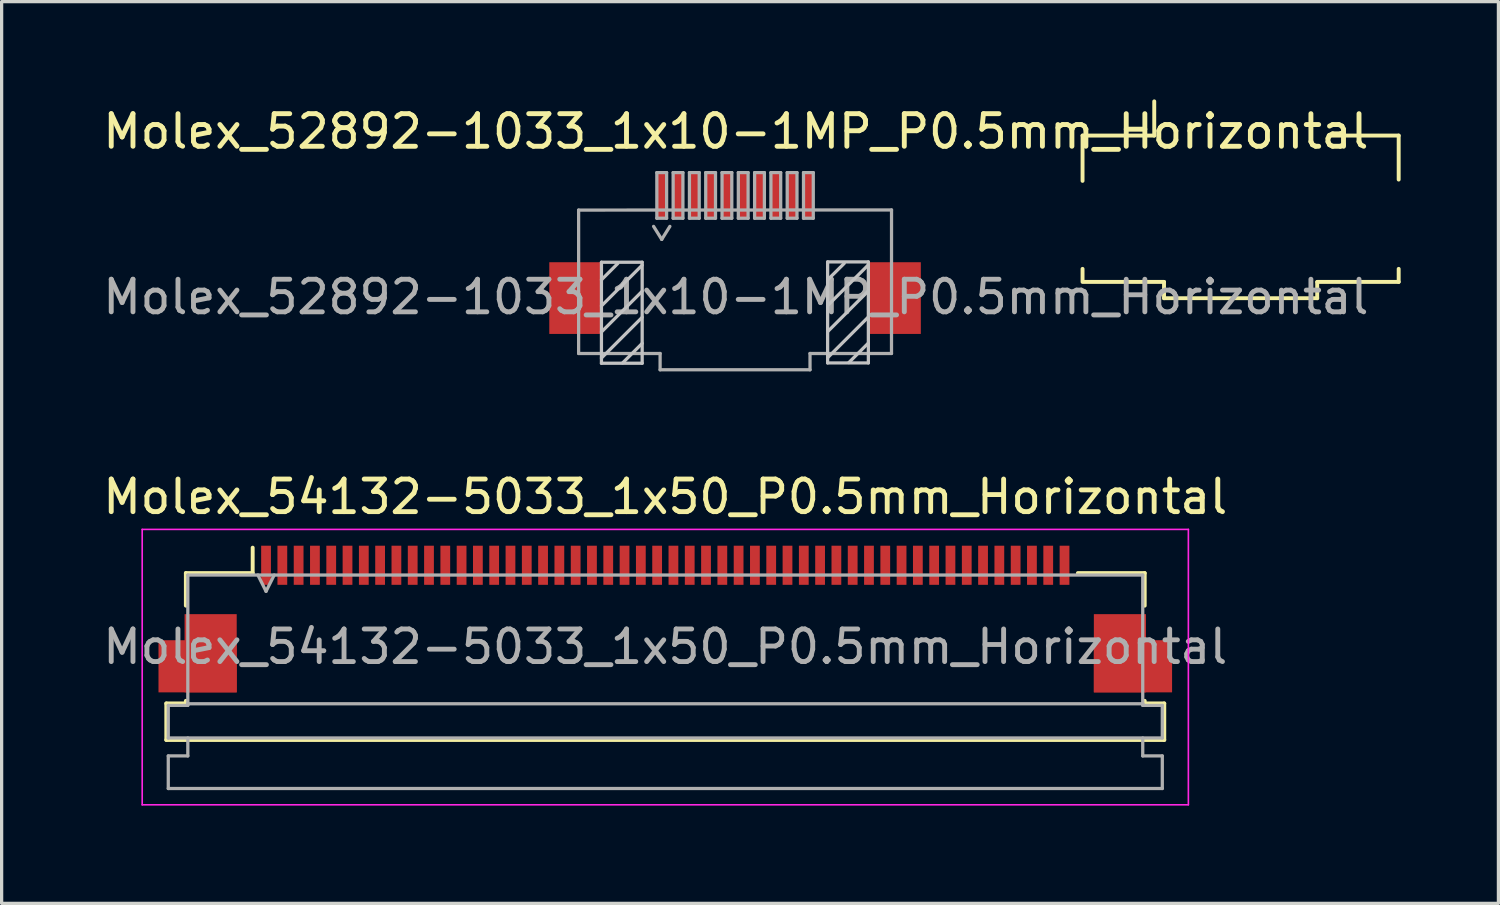
<source format=kicad_pcb>
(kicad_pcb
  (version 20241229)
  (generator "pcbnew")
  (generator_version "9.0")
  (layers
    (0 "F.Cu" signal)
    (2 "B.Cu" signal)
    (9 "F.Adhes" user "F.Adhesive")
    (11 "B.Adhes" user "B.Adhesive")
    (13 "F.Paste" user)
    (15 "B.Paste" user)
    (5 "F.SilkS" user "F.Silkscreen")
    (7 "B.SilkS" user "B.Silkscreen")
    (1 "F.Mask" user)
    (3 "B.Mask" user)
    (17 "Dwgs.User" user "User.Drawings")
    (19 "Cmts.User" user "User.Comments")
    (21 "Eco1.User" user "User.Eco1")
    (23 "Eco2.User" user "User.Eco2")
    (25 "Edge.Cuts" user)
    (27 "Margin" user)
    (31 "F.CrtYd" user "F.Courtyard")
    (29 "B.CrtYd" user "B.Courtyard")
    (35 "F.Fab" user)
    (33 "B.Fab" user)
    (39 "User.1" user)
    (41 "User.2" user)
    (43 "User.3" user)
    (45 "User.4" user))
  (footprint "Molex_54132-5033_1x50_P0.5mm_Horizontal"
    (layer "F.Cu")
    (at 17.363 15.944)
    (property "Reference" "Molex_54132-5033_1x50_P0.5mm_Horizontal" (at 0 -3.75 0) (layer "F.SilkS") (effects (font (size 1 1) (thickness 0.15))))
    (attr smd)
    (fp_line (start -15.31 2.59) (end -15.31 3.71) (stroke (width 0.12) (type solid)) (layer "F.SilkS"))
    (fp_line (start -15.31 2.59) (end -14.71 2.59) (stroke (width 0.12) (type solid)) (layer "F.SilkS"))
    (fp_line (start -14.71 -1.41) (end -14.71 -0.41) (stroke (width 0.12) (type solid)) (layer "F.SilkS"))
    (fp_line (start -14.71 2.59) (end -14.71 2.51) (stroke (width 0.12) (type solid)) (layer "F.SilkS"))
    (fp_line (start -12.66 -1.41) (end -14.71 -1.41) (stroke (width 0.12) (type solid)) (layer "F.SilkS"))
    (fp_line (start -12.66 -1.41) (end -12.66 -2.19) (stroke (width 0.12) (type solid)) (layer "F.SilkS"))
    (fp_line (start 14.71 -1.41) (end 12.66 -1.41) (stroke (width 0.12) (type solid)) (layer "F.SilkS"))
    (fp_line (start 14.71 -1.41) (end 14.71 -0.41) (stroke (width 0.12) (type solid)) (layer "F.SilkS"))
    (fp_line (start 14.71 2.59) (end 14.71 2.51) (stroke (width 0.12) (type solid)) (layer "F.SilkS"))
    (fp_line (start 14.71 2.59) (end 15.31 2.59) (stroke (width 0.12) (type solid)) (layer "F.SilkS"))
    (fp_line (start 15.31 2.59) (end 15.31 3.71) (stroke (width 0.12) (type solid)) (layer "F.SilkS"))
    (fp_line (start 15.31 3.71) (end -15.31 3.71) (stroke (width 0.12) (type solid)) (layer "F.SilkS"))
    (fp_line (start -16.05 -2.75) (end -16.05 5.7) (stroke (width 0.05) (type solid)) (layer "F.CrtYd"))
    (fp_line (start -16.05 -2.75) (end 16.05 -2.75) (stroke (width 0.05) (type solid)) (layer "F.CrtYd"))
    (fp_line (start 16.05 5.7) (end -16.05 5.7) (stroke (width 0.05) (type solid)) (layer "F.CrtYd"))
    (fp_line (start 16.05 5.7) (end 16.05 -2.75) (stroke (width 0.05) (type solid)) (layer "F.CrtYd"))
    (fp_line (start -15.25 2.65) (end -15.25 3.65) (stroke (width 0.1) (type solid)) (layer "F.Fab"))
    (fp_line (start -15.25 2.65) (end -14.65 2.65) (stroke (width 0.1) (type solid)) (layer "F.Fab"))
    (fp_line (start -15.25 3.65) (end 15.25 3.65) (stroke (width 0.1) (type solid)) (layer "F.Fab"))
    (fp_line (start -15.25 4.2) (end -15.25 5.2) (stroke (width 0.1) (type solid)) (layer "F.Fab"))
    (fp_line (start -15.25 4.2) (end -14.65 4.2) (stroke (width 0.1) (type solid)) (layer "F.Fab"))
    (fp_line (start -15.25 5.2) (end 15.25 5.2) (stroke (width 0.1) (type solid)) (layer "F.Fab"))
    (fp_line (start -14.65 -1.35) (end -14.65 2.6) (stroke (width 0.1) (type solid)) (layer "F.Fab"))
    (fp_line (start -14.65 -1.35) (end 14.65 -1.35) (stroke (width 0.1) (type solid)) (layer "F.Fab"))
    (fp_line (start -14.65 2.6) (end -14.65 2.65) (stroke (width 0.1) (type solid)) (layer "F.Fab"))
    (fp_line (start -14.65 2.6) (end 14.65 2.6) (stroke (width 0.1) (type solid)) (layer "F.Fab"))
    (fp_line (start -14.65 3.65) (end -14.65 4.2) (stroke (width 0.1) (type solid)) (layer "F.Fab"))
    (fp_line (start -12.5 -1.35) (end -12.25 -0.85) (stroke (width 0.1) (type solid)) (layer "F.Fab"))
    (fp_line (start -12.25 -0.85) (end -12 -1.35) (stroke (width 0.1) (type solid)) (layer "F.Fab"))
    (fp_line (start 14.65 -1.35) (end 14.65 2.6) (stroke (width 0.1) (type solid)) (layer "F.Fab"))
    (fp_line (start 14.65 2.6) (end 14.65 2.65) (stroke (width 0.1) (type solid)) (layer "F.Fab"))
    (fp_line (start 14.65 2.65) (end 15.25 2.65) (stroke (width 0.1) (type solid)) (layer "F.Fab"))
    (fp_line (start 14.65 3.65) (end 14.65 4.2) (stroke (width 0.1) (type solid)) (layer "F.Fab"))
    (fp_line (start 14.65 4.2) (end 15.25 4.2) (stroke (width 0.1) (type solid)) (layer "F.Fab"))
    (fp_line (start 15.25 2.65) (end 15.25 3.65) (stroke (width 0.1) (type solid)) (layer "F.Fab"))
    (fp_line (start 15.25 4.2) (end 15.25 5.2) (stroke (width 0.1) (type solid)) (layer "F.Fab"))
    (fp_text user "${REFERENCE}" (at 0 0.85 0) (layer "F.Fab") (effects (font (size 1 1) (thickness 0.15))))
    (pad "" smd rect (at -14.35 1.45) (size 2.4 1.6) (layers "F.Cu" "F.Mask" "F.Paste"))
    (pad "" smd rect (at -13.95 1.05) (size 1.6 2.4) (layers "F.Cu" "F.Mask" "F.Paste"))
    (pad "" smd rect (at 13.95 1.05) (size 1.6 2.4) (layers "F.Cu" "F.Mask" "F.Paste"))
    (pad "" smd rect (at 14.35 1.45) (size 2.4 1.6) (layers "F.Cu" "F.Mask" "F.Paste"))
    (pad "1" smd rect (at -12.25 -1.65) (size 0.3 1.2) (layers "F.Cu" "F.Mask" "F.Paste"))
    (pad "2" smd rect (at -11.75 -1.65) (size 0.3 1.2) (layers "F.Cu" "F.Mask" "F.Paste"))
    (pad "3" smd rect (at -11.25 -1.65) (size 0.3 1.2) (layers "F.Cu" "F.Mask" "F.Paste"))
    (pad "4" smd rect (at -10.75 -1.65) (size 0.3 1.2) (layers "F.Cu" "F.Mask" "F.Paste"))
    (pad "5" smd rect (at -10.25 -1.65) (size 0.3 1.2) (layers "F.Cu" "F.Mask" "F.Paste"))
    (pad "6" smd rect (at -9.75 -1.65) (size 0.3 1.2) (layers "F.Cu" "F.Mask" "F.Paste"))
    (pad "7" smd rect (at -9.25 -1.65) (size 0.3 1.2) (layers "F.Cu" "F.Mask" "F.Paste"))
    (pad "8" smd rect (at -8.75 -1.65) (size 0.3 1.2) (layers "F.Cu" "F.Mask" "F.Paste"))
    (pad "9" smd rect (at -8.25 -1.65) (size 0.3 1.2) (layers "F.Cu" "F.Mask" "F.Paste"))
    (pad "10" smd rect (at -7.75 -1.65) (size 0.3 1.2) (layers "F.Cu" "F.Mask" "F.Paste"))
    (pad "11" smd rect (at -7.25 -1.65) (size 0.3 1.2) (layers "F.Cu" "F.Mask" "F.Paste"))
    (pad "12" smd rect (at -6.75 -1.65) (size 0.3 1.2) (layers "F.Cu" "F.Mask" "F.Paste"))
    (pad "13" smd rect (at -6.25 -1.65) (size 0.3 1.2) (layers "F.Cu" "F.Mask" "F.Paste"))
    (pad "14" smd rect (at -5.75 -1.65) (size 0.3 1.2) (layers "F.Cu" "F.Mask" "F.Paste"))
    (pad "15" smd rect (at -5.25 -1.65) (size 0.3 1.2) (layers "F.Cu" "F.Mask" "F.Paste"))
    (pad "16" smd rect (at -4.75 -1.65) (size 0.3 1.2) (layers "F.Cu" "F.Mask" "F.Paste"))
    (pad "17" smd rect (at -4.25 -1.65) (size 0.3 1.2) (layers "F.Cu" "F.Mask" "F.Paste"))
    (pad "18" smd rect (at -3.75 -1.65) (size 0.3 1.2) (layers "F.Cu" "F.Mask" "F.Paste"))
    (pad "19" smd rect (at -3.25 -1.65) (size 0.3 1.2) (layers "F.Cu" "F.Mask" "F.Paste"))
    (pad "20" smd rect (at -2.75 -1.65) (size 0.3 1.2) (layers "F.Cu" "F.Mask" "F.Paste"))
    (pad "21" smd rect (at -2.25 -1.65) (size 0.3 1.2) (layers "F.Cu" "F.Mask" "F.Paste"))
    (pad "22" smd rect (at -1.75 -1.65) (size 0.3 1.2) (layers "F.Cu" "F.Mask" "F.Paste"))
    (pad "23" smd rect (at -1.25 -1.65) (size 0.3 1.2) (layers "F.Cu" "F.Mask" "F.Paste"))
    (pad "24" smd rect (at -0.75 -1.65) (size 0.3 1.2) (layers "F.Cu" "F.Mask" "F.Paste"))
    (pad "25" smd rect (at -0.25 -1.65) (size 0.3 1.2) (layers "F.Cu" "F.Mask" "F.Paste"))
    (pad "26" smd rect (at 0.25 -1.65) (size 0.3 1.2) (layers "F.Cu" "F.Mask" "F.Paste"))
    (pad "27" smd rect (at 0.75 -1.65) (size 0.3 1.2) (layers "F.Cu" "F.Mask" "F.Paste"))
    (pad "28" smd rect (at 1.25 -1.65) (size 0.3 1.2) (layers "F.Cu" "F.Mask" "F.Paste"))
    (pad "29" smd rect (at 1.75 -1.65) (size 0.3 1.2) (layers "F.Cu" "F.Mask" "F.Paste"))
    (pad "30" smd rect (at 2.25 -1.65) (size 0.3 1.2) (layers "F.Cu" "F.Mask" "F.Paste"))
    (pad "31" smd rect (at 2.75 -1.65) (size 0.3 1.2) (layers "F.Cu" "F.Mask" "F.Paste"))
    (pad "32" smd rect (at 3.25 -1.65) (size 0.3 1.2) (layers "F.Cu" "F.Mask" "F.Paste"))
    (pad "33" smd rect (at 3.75 -1.65) (size 0.3 1.2) (layers "F.Cu" "F.Mask" "F.Paste"))
    (pad "34" smd rect (at 4.25 -1.65) (size 0.3 1.2) (layers "F.Cu" "F.Mask" "F.Paste"))
    (pad "35" smd rect (at 4.75 -1.65) (size 0.3 1.2) (layers "F.Cu" "F.Mask" "F.Paste"))
    (pad "36" smd rect (at 5.25 -1.65) (size 0.3 1.2) (layers "F.Cu" "F.Mask" "F.Paste"))
    (pad "37" smd rect (at 5.75 -1.65) (size 0.3 1.2) (layers "F.Cu" "F.Mask" "F.Paste"))
    (pad "38" smd rect (at 6.25 -1.65) (size 0.3 1.2) (layers "F.Cu" "F.Mask" "F.Paste"))
    (pad "39" smd rect (at 6.75 -1.65) (size 0.3 1.2) (layers "F.Cu" "F.Mask" "F.Paste"))
    (pad "40" smd rect (at 7.25 -1.65) (size 0.3 1.2) (layers "F.Cu" "F.Mask" "F.Paste"))
    (pad "41" smd rect (at 7.75 -1.65) (size 0.3 1.2) (layers "F.Cu" "F.Mask" "F.Paste"))
    (pad "42" smd rect (at 8.25 -1.65) (size 0.3 1.2) (layers "F.Cu" "F.Mask" "F.Paste"))
    (pad "43" smd rect (at 8.75 -1.65) (size 0.3 1.2) (layers "F.Cu" "F.Mask" "F.Paste"))
    (pad "44" smd rect (at 9.25 -1.65) (size 0.3 1.2) (layers "F.Cu" "F.Mask" "F.Paste"))
    (pad "45" smd rect (at 9.75 -1.65) (size 0.3 1.2) (layers "F.Cu" "F.Mask" "F.Paste"))
    (pad "46" smd rect (at 10.25 -1.65) (size 0.3 1.2) (layers "F.Cu" "F.Mask" "F.Paste"))
    (pad "47" smd rect (at 10.75 -1.65) (size 0.3 1.2) (layers "F.Cu" "F.Mask" "F.Paste"))
    (pad "48" smd rect (at 11.25 -1.65) (size 0.3 1.2) (layers "F.Cu" "F.Mask" "F.Paste"))
    (pad "49" smd rect (at 11.75 -1.65) (size 0.3 1.2) (layers "F.Cu" "F.Mask" "F.Paste"))
    (pad "50" smd rect (at 12.25 -1.65) (size 0.3 1.2) (layers "F.Cu" "F.Mask" "F.Paste")))
  (footprint "Molex_52892-1033_1x10-1MP_P0.5mm_Horizontal"
    (layer "F.Cu")
    (at 19.522 5.401)
    (property "Reference" "Molex_52892-1033_1x10-1MP_P0.5mm_Horizontal" (at 0.008 -4.418 0) (layer "F.SilkS") (effects (font (size 1 1) (thickness 0.15))))
    (attr smd)
    (fp_line (start 10.644 -4.291) (end 10.644 -2.901) (stroke (width 0.12) (type solid)) (layer "F.SilkS"))
    (fp_line (start 10.644 0.199) (end 10.644 -0.201) (stroke (width 0.12) (type solid)) (layer "F.SilkS"))
    (fp_line (start 10.694 0.199) (end 13.144 0.199) (stroke (width 0.12) (type solid)) (layer "F.SilkS"))
    (fp_line (start 12.844 -5.341) (end 12.844 -4.291) (stroke (width 0.12) (type solid)) (layer "F.SilkS"))
    (fp_line (start 12.844 -4.291) (end 10.644 -4.291) (stroke (width 0.12) (type solid)) (layer "F.SilkS"))
    (fp_line (start 13.144 0.199) (end 13.144 0.699) (stroke (width 0.12) (type solid)) (layer "F.SilkS"))
    (fp_line (start 13.144 0.699) (end 17.844 0.699) (stroke (width 0.12) (type solid)) (layer "F.SilkS"))
    (fp_line (start 17.844 0.199) (end 20.344 0.199) (stroke (width 0.12) (type solid)) (layer "F.SilkS"))
    (fp_line (start 17.844 0.699) (end 17.844 0.204) (stroke (width 0.12) (type solid)) (layer "F.SilkS"))
    (fp_line (start 20.344 -4.291) (end 18.194 -4.291) (stroke (width 0.12) (type solid)) (layer "F.SilkS"))
    (fp_line (start 20.344 -2.941) (end 20.344 -4.291) (stroke (width 0.12) (type solid)) (layer "F.SilkS"))
    (fp_line (start 20.344 0.199) (end 20.344 -0.201) (stroke (width 0.12) (type solid)) (layer "F.SilkS"))
    (fp_line (start -4.118 -0.405) (end -2.868 -0.405) (stroke (width 0.1) (type solid)) (layer "Dwgs.User"))
    (fp_line (start -4.118 0.135) (end -3.618 -0.365) (stroke (width 0.1) (type solid)) (layer "Dwgs.User"))
    (fp_line (start -4.118 0.935) (end -2.868 -0.315) (stroke (width 0.1) (type solid)) (layer "Dwgs.User"))
    (fp_line (start -4.118 1.735) (end -2.868 0.485) (stroke (width 0.1) (type solid)) (layer "Dwgs.User"))
    (fp_line (start -4.118 2.535) (end -2.868 1.285) (stroke (width 0.1) (type solid)) (layer "Dwgs.User"))
    (fp_line (start -4.118 2.695) (end -4.118 -0.405) (stroke (width 0.1) (type solid)) (layer "Dwgs.User"))
    (fp_line (start -3.468 2.685) (end -2.868 2.085) (stroke (width 0.1) (type solid)) (layer "Dwgs.User"))
    (fp_line (start -2.868 -0.405) (end -2.868 2.695) (stroke (width 0.1) (type solid)) (layer "Dwgs.User"))
    (fp_line (start -2.868 2.695) (end -4.118 2.695) (stroke (width 0.1) (type solid)) (layer "Dwgs.User"))
    (fp_line (start 2.822 0.925) (end 4.072 -0.325) (stroke (width 0.1) (type solid)) (layer "Dwgs.User"))
    (fp_line (start 2.822 1.725) (end 4.072 0.475) (stroke (width 0.1) (type solid)) (layer "Dwgs.User"))
    (fp_line (start 2.822 2.525) (end 4.072 1.275) (stroke (width 0.1) (type solid)) (layer "Dwgs.User"))
    (fp_line (start 2.822 -0.415) (end 2.822 2.685) (stroke (width 0.1) (type solid)) (layer "Dwgs.User"))
    (fp_line (start 2.822 2.685) (end 4.072 2.685) (stroke (width 0.1) (type solid)) (layer "Dwgs.User"))
    (fp_line (start 2.832 0.125) (end 3.332 -0.37) (stroke (width 0.1) (type solid)) (layer "Dwgs.User"))
    (fp_line (start 3.472 2.675) (end 4.072 2.075) (stroke (width 0.1) (type solid)) (layer "Dwgs.User"))
    (fp_line (start 4.072 -0.415) (end 2.822 -0.415) (stroke (width 0.1) (type solid)) (layer "Dwgs.User"))
    (fp_line (start 4.072 2.685) (end 4.072 -0.415) (stroke (width 0.1) (type solid)) (layer "Dwgs.User"))
    (fp_line (start -4.818 -2.005) (end -4.818 2.395) (stroke (width 0.1) (type solid)) (layer "F.Fab"))
    (fp_line (start -4.818 -2.005) (end 4.783 -2.009) (stroke (width 0.1) (type solid)) (layer "F.Fab"))
    (fp_line (start -2.518 -1.505) (end -2.268 -1.105) (stroke (width 0.1) (type solid)) (layer "F.Fab"))
    (fp_line (start -2.418 -3.155) (end -2.418 -1.755) (stroke (width 0.1) (type solid)) (layer "F.Fab"))
    (fp_line (start -2.418 -1.755) (end -2.118 -1.755) (stroke (width 0.1) (type solid)) (layer "F.Fab"))
    (fp_line (start -2.318 2.395) (end -4.818 2.395) (stroke (width 0.1) (type solid)) (layer "F.Fab"))
    (fp_line (start -2.318 2.895) (end -2.318 2.395) (stroke (width 0.1) (type solid)) (layer "F.Fab"))
    (fp_line (start -2.318 2.895) (end 2.282 2.895) (stroke (width 0.1) (type solid)) (layer "F.Fab"))
    (fp_line (start -2.268 -1.105) (end -2.018 -1.505) (stroke (width 0.1) (type solid)) (layer "F.Fab"))
    (fp_line (start -2.118 -3.155) (end -2.418 -3.155) (stroke (width 0.1) (type solid)) (layer "F.Fab"))
    (fp_line (start -2.118 -1.755) (end -2.118 -3.155) (stroke (width 0.1) (type solid)) (layer "F.Fab"))
    (fp_line (start -1.918 -3.155) (end -1.918 -1.755) (stroke (width 0.1) (type solid)) (layer "F.Fab"))
    (fp_line (start -1.918 -1.755) (end -1.618 -1.755) (stroke (width 0.1) (type solid)) (layer "F.Fab"))
    (fp_line (start -1.618 -3.155) (end -1.918 -3.155) (stroke (width 0.1) (type solid)) (layer "F.Fab"))
    (fp_line (start -1.618 -1.755) (end -1.618 -3.155) (stroke (width 0.1) (type solid)) (layer "F.Fab"))
    (fp_line (start -1.418 -3.155) (end -1.418 -1.755) (stroke (width 0.1) (type solid)) (layer "F.Fab"))
    (fp_line (start -1.418 -1.755) (end -1.118 -1.755) (stroke (width 0.1) (type solid)) (layer "F.Fab"))
    (fp_line (start -1.118 -3.155) (end -1.418 -3.155) (stroke (width 0.1) (type solid)) (layer "F.Fab"))
    (fp_line (start -1.118 -1.755) (end -1.118 -3.155) (stroke (width 0.1) (type solid)) (layer "F.Fab"))
    (fp_line (start -0.918 -3.155) (end -0.918 -1.755) (stroke (width 0.1) (type solid)) (layer "F.Fab"))
    (fp_line (start -0.918 -1.755) (end -0.618 -1.755) (stroke (width 0.1) (type solid)) (layer "F.Fab"))
    (fp_line (start -0.618 -3.155) (end -0.918 -3.155) (stroke (width 0.1) (type solid)) (layer "F.Fab"))
    (fp_line (start -0.618 -1.755) (end -0.618 -3.155) (stroke (width 0.1) (type solid)) (layer "F.Fab"))
    (fp_line (start -0.418 -3.155) (end -0.418 -1.755) (stroke (width 0.1) (type solid)) (layer "F.Fab"))
    (fp_line (start -0.418 -1.755) (end -0.118 -1.755) (stroke (width 0.1) (type solid)) (layer "F.Fab"))
    (fp_line (start -0.118 -3.155) (end -0.418 -3.155) (stroke (width 0.1) (type solid)) (layer "F.Fab"))
    (fp_line (start -0.118 -1.755) (end -0.118 -3.155) (stroke (width 0.1) (type solid)) (layer "F.Fab"))
    (fp_line (start 0.082 -3.155) (end 0.082 -1.755) (stroke (width 0.1) (type solid)) (layer "F.Fab"))
    (fp_line (start 0.082 -1.755) (end 0.382 -1.755) (stroke (width 0.1) (type solid)) (layer "F.Fab"))
    (fp_line (start 0.382 -3.155) (end 0.082 -3.155) (stroke (width 0.1) (type solid)) (layer "F.Fab"))
    (fp_line (start 0.382 -1.755) (end 0.382 -3.155) (stroke (width 0.1) (type solid)) (layer "F.Fab"))
    (fp_line (start 0.582 -3.155) (end 0.582 -1.755) (stroke (width 0.1) (type solid)) (layer "F.Fab"))
    (fp_line (start 0.582 -1.755) (end 0.882 -1.755) (stroke (width 0.1) (type solid)) (layer "F.Fab"))
    (fp_line (start 0.882 -3.155) (end 0.582 -3.155) (stroke (width 0.1) (type solid)) (layer "F.Fab"))
    (fp_line (start 0.882 -1.755) (end 0.882 -3.155) (stroke (width 0.1) (type solid)) (layer "F.Fab"))
    (fp_line (start 1.082 -3.155) (end 1.082 -1.755) (stroke (width 0.1) (type solid)) (layer "F.Fab"))
    (fp_line (start 1.082 -1.755) (end 1.382 -1.755) (stroke (width 0.1) (type solid)) (layer "F.Fab"))
    (fp_line (start 1.382 -3.155) (end 1.082 -3.155) (stroke (width 0.1) (type solid)) (layer "F.Fab"))
    (fp_line (start 1.382 -1.755) (end 1.382 -3.155) (stroke (width 0.1) (type solid)) (layer "F.Fab"))
    (fp_line (start 1.582 -3.155) (end 1.582 -1.755) (stroke (width 0.1) (type solid)) (layer "F.Fab"))
    (fp_line (start 1.582 -1.755) (end 1.882 -1.755) (stroke (width 0.1) (type solid)) (layer "F.Fab"))
    (fp_line (start 1.882 -3.155) (end 1.582 -3.155) (stroke (width 0.1) (type solid)) (layer "F.Fab"))
    (fp_line (start 1.882 -1.755) (end 1.882 -3.155) (stroke (width 0.1) (type solid)) (layer "F.Fab"))
    (fp_line (start 2.082 -3.155) (end 2.082 -1.755) (stroke (width 0.1) (type solid)) (layer "F.Fab"))
    (fp_line (start 2.082 -1.755) (end 2.382 -1.755) (stroke (width 0.1) (type solid)) (layer "F.Fab"))
    (fp_line (start 2.282 2.395) (end 4.782 2.395) (stroke (width 0.1) (type solid)) (layer "F.Fab"))
    (fp_line (start 2.282 2.895) (end 2.282 2.395) (stroke (width 0.1) (type solid)) (layer "F.Fab"))
    (fp_line (start 2.382 -3.155) (end 2.082 -3.155) (stroke (width 0.1) (type solid)) (layer "F.Fab"))
    (fp_line (start 2.382 -1.755) (end 2.382 -3.155) (stroke (width 0.1) (type solid)) (layer "F.Fab"))
    (fp_line (start 4.783 -2.009) (end 4.782 2.394) (stroke (width 0.1) (type solid)) (layer "F.Fab"))
    (fp_text user "${REFERENCE}" (at 0.008 0.662 0) (layer "F.Fab") (effects (font (size 1 1) (thickness 0.15))))
    (pad "1" smd rect (at -2.268 -2.455) (size 0.3 1.4) (layers "F.Cu" "F.Mask" "F.Paste"))
    (pad "2" smd rect (at -1.768 -2.455) (size 0.3 1.4) (layers "F.Cu" "F.Mask" "F.Paste"))
    (pad "3" smd rect (at -1.268 -2.455) (size 0.3 1.4) (layers "F.Cu" "F.Mask" "F.Paste"))
    (pad "4" smd rect (at -0.768 -2.455) (size 0.3 1.4) (layers "F.Cu" "F.Mask" "F.Paste"))
    (pad "5" smd rect (at -0.268 -2.455) (size 0.3 1.4) (layers "F.Cu" "F.Mask" "F.Paste"))
    (pad "6" smd rect (at 0.232 -2.455) (size 0.3 1.4) (layers "F.Cu" "F.Mask" "F.Paste"))
    (pad "7" smd rect (at 0.732 -2.455) (size 0.3 1.4) (layers "F.Cu" "F.Mask" "F.Paste"))
    (pad "8" smd rect (at 1.232 -2.455) (size 0.3 1.4) (layers "F.Cu" "F.Mask" "F.Paste"))
    (pad "9" smd rect (at 1.732 -2.455) (size 0.3 1.4) (layers "F.Cu" "F.Mask" "F.Paste"))
    (pad "10" smd rect (at 2.232 -2.455) (size 0.3 1.4) (layers "F.Cu" "F.Mask" "F.Paste"))
    (pad "MP" smd rect (at -4.918 0.695) (size 1.6 2.2) (layers "F.Cu" "F.Mask" "F.Paste"))
    (pad "MP" smd rect (at 4.882 0.695) (size 1.6 2.2) (layers "F.Cu" "F.Mask" "F.Paste")))
  (gr_rect
    (start -3 -3)
    (end 42.926 24.669)
    (stroke (width 0.1) (type default))
    (fill no)
    (layer "Edge.Cuts")))
</source>
